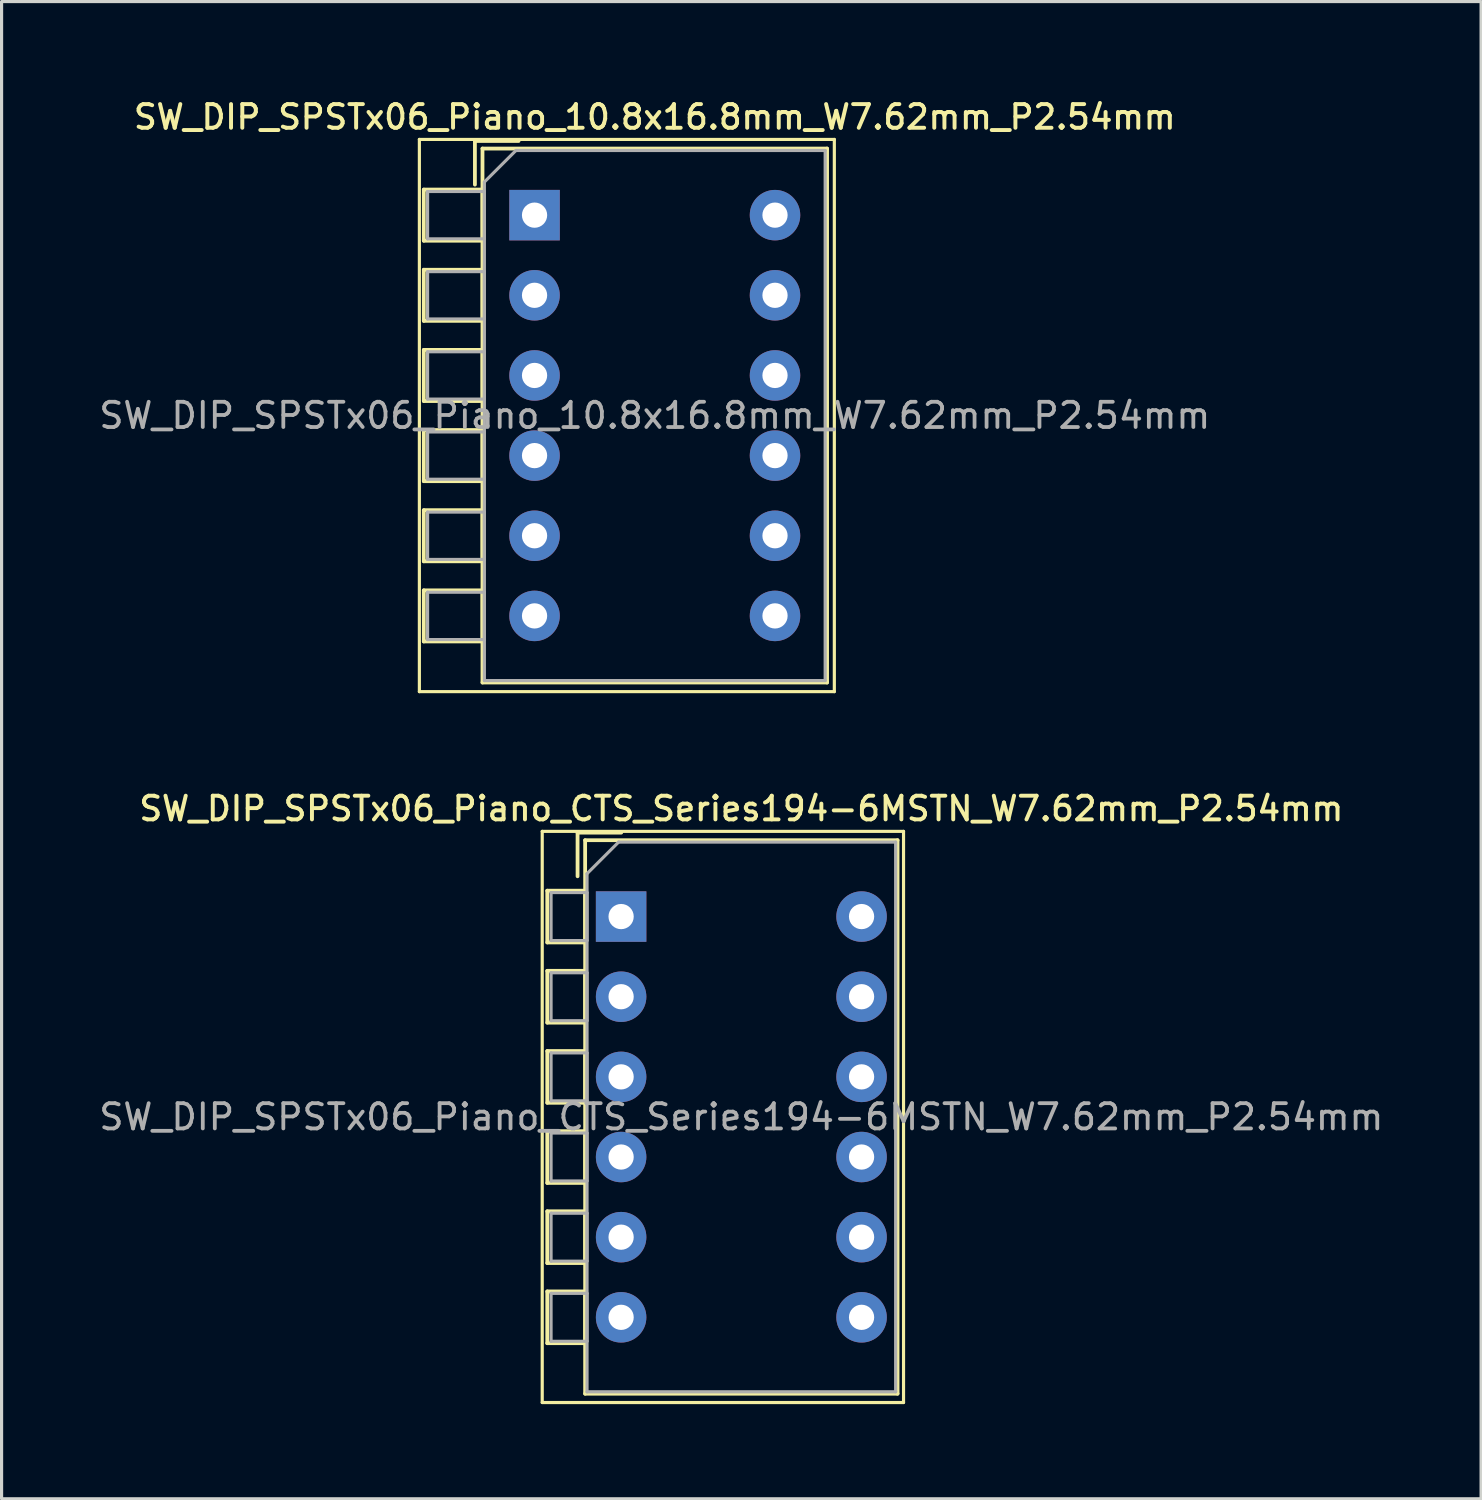
<source format=kicad_pcb>
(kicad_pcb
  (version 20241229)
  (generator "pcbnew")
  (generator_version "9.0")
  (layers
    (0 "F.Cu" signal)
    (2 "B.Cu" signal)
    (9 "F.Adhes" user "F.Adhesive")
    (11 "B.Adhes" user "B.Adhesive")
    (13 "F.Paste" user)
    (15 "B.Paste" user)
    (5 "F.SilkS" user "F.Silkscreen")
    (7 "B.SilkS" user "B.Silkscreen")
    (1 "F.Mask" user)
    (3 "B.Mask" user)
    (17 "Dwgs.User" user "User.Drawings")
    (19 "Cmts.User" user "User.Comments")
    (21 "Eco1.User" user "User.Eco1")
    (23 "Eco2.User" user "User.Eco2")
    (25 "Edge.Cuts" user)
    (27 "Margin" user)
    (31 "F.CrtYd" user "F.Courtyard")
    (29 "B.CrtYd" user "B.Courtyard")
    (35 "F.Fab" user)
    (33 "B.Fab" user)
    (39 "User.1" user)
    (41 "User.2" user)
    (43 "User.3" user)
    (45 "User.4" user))
  (footprint "SW_DIP_SPSTx06_Piano_10.8x16.8mm_W7.62mm_P2.54mm"
    (layer "F.Cu")
    (at 13.89 3.768)
    (property "Reference" "SW_DIP_SPSTx06_Piano_10.8x16.8mm_W7.62mm_P2.54mm" (at 3.81 -3.11 0) (layer "F.SilkS") (effects (font (size 0.75 0.75) (thickness 0.125))))
    (attr through_hole)
    (fp_line (start -3.65 -2.4) (end -3.65 15.1) (stroke (width 0.1) (type solid)) (layer "F.SilkS"))
    (fp_line (start -3.65 15.1) (end 9.5 15.1) (stroke (width 0.1) (type solid)) (layer "F.SilkS"))
    (fp_line (start -3.51 -0.81) (end -3.51 0.81) (stroke (width 0.12) (type solid)) (layer "F.SilkS"))
    (fp_line (start -3.51 -0.81) (end -1.65 -0.81) (stroke (width 0.12) (type solid)) (layer "F.SilkS"))
    (fp_line (start -3.51 0.81) (end -1.65 0.81) (stroke (width 0.12) (type solid)) (layer "F.SilkS"))
    (fp_line (start -3.51 1.73) (end -3.51 3.35) (stroke (width 0.12) (type solid)) (layer "F.SilkS"))
    (fp_line (start -3.51 1.73) (end -1.65 1.73) (stroke (width 0.12) (type solid)) (layer "F.SilkS"))
    (fp_line (start -3.51 3.35) (end -1.65 3.35) (stroke (width 0.12) (type solid)) (layer "F.SilkS"))
    (fp_line (start -3.51 4.27) (end -3.51 5.89) (stroke (width 0.12) (type solid)) (layer "F.SilkS"))
    (fp_line (start -3.51 4.27) (end -1.65 4.27) (stroke (width 0.12) (type solid)) (layer "F.SilkS"))
    (fp_line (start -3.51 5.89) (end -1.65 5.89) (stroke (width 0.12) (type solid)) (layer "F.SilkS"))
    (fp_line (start -3.51 6.81) (end -3.51 8.43) (stroke (width 0.12) (type solid)) (layer "F.SilkS"))
    (fp_line (start -3.51 6.81) (end -1.65 6.81) (stroke (width 0.12) (type solid)) (layer "F.SilkS"))
    (fp_line (start -3.51 8.43) (end -1.65 8.43) (stroke (width 0.12) (type solid)) (layer "F.SilkS"))
    (fp_line (start -3.51 9.35) (end -3.51 10.97) (stroke (width 0.12) (type solid)) (layer "F.SilkS"))
    (fp_line (start -3.51 9.35) (end -1.65 9.35) (stroke (width 0.12) (type solid)) (layer "F.SilkS"))
    (fp_line (start -3.51 10.97) (end -1.65 10.97) (stroke (width 0.12) (type solid)) (layer "F.SilkS"))
    (fp_line (start -3.51 11.89) (end -3.51 13.51) (stroke (width 0.12) (type solid)) (layer "F.SilkS"))
    (fp_line (start -3.51 11.89) (end -1.65 11.89) (stroke (width 0.12) (type solid)) (layer "F.SilkS"))
    (fp_line (start -3.51 13.51) (end -1.65 13.51) (stroke (width 0.12) (type solid)) (layer "F.SilkS"))
    (fp_line (start -1.89 -2.35) (end -1.89 -0.967) (stroke (width 0.12) (type solid)) (layer "F.SilkS"))
    (fp_line (start -1.89 -2.35) (end -0.507 -2.35) (stroke (width 0.12) (type solid)) (layer "F.SilkS"))
    (fp_line (start -1.65 -2.11) (end -1.65 14.811) (stroke (width 0.12) (type solid)) (layer "F.SilkS"))
    (fp_line (start -1.65 -2.11) (end 9.27 -2.11) (stroke (width 0.12) (type solid)) (layer "F.SilkS"))
    (fp_line (start -1.65 -0.81) (end -1.65 0.81) (stroke (width 0.12) (type solid)) (layer "F.SilkS"))
    (fp_line (start -1.65 1.73) (end -1.65 3.35) (stroke (width 0.12) (type solid)) (layer "F.SilkS"))
    (fp_line (start -1.65 4.27) (end -1.65 5.89) (stroke (width 0.12) (type solid)) (layer "F.SilkS"))
    (fp_line (start -1.65 6.81) (end -1.65 8.43) (stroke (width 0.12) (type solid)) (layer "F.SilkS"))
    (fp_line (start -1.65 9.35) (end -1.65 10.97) (stroke (width 0.12) (type solid)) (layer "F.SilkS"))
    (fp_line (start -1.65 11.89) (end -1.65 13.51) (stroke (width 0.12) (type solid)) (layer "F.SilkS"))
    (fp_line (start -1.65 14.811) (end 9.27 14.811) (stroke (width 0.12) (type solid)) (layer "F.SilkS"))
    (fp_line (start 9.27 -2.11) (end 9.27 14.811) (stroke (width 0.12) (type solid)) (layer "F.SilkS"))
    (fp_line (start 9.5 -2.4) (end -3.65 -2.4) (stroke (width 0.1) (type solid)) (layer "F.SilkS"))
    (fp_line (start 9.5 15.1) (end 9.5 -2.4) (stroke (width 0.1) (type solid)) (layer "F.SilkS"))
    (fp_line (start -3.39 -0.75) (end -1.59 -0.75) (stroke (width 0.1) (type solid)) (layer "F.Fab"))
    (fp_line (start -3.39 0.75) (end -3.39 -0.75) (stroke (width 0.1) (type solid)) (layer "F.Fab"))
    (fp_line (start -3.39 1.79) (end -1.59 1.79) (stroke (width 0.1) (type solid)) (layer "F.Fab"))
    (fp_line (start -3.39 3.29) (end -3.39 1.79) (stroke (width 0.1) (type solid)) (layer "F.Fab"))
    (fp_line (start -3.39 4.33) (end -1.59 4.33) (stroke (width 0.1) (type solid)) (layer "F.Fab"))
    (fp_line (start -3.39 5.83) (end -3.39 4.33) (stroke (width 0.1) (type solid)) (layer "F.Fab"))
    (fp_line (start -3.39 6.87) (end -1.59 6.87) (stroke (width 0.1) (type solid)) (layer "F.Fab"))
    (fp_line (start -3.39 8.37) (end -3.39 6.87) (stroke (width 0.1) (type solid)) (layer "F.Fab"))
    (fp_line (start -3.39 9.41) (end -1.59 9.41) (stroke (width 0.1) (type solid)) (layer "F.Fab"))
    (fp_line (start -3.39 10.91) (end -3.39 9.41) (stroke (width 0.1) (type solid)) (layer "F.Fab"))
    (fp_line (start -3.39 11.95) (end -1.59 11.95) (stroke (width 0.1) (type solid)) (layer "F.Fab"))
    (fp_line (start -3.39 13.45) (end -3.39 11.95) (stroke (width 0.1) (type solid)) (layer "F.Fab"))
    (fp_line (start -1.59 -1.05) (end -0.59 -2.05) (stroke (width 0.1) (type solid)) (layer "F.Fab"))
    (fp_line (start -1.59 -0.75) (end -1.59 0.75) (stroke (width 0.1) (type solid)) (layer "F.Fab"))
    (fp_line (start -1.59 0.75) (end -3.39 0.75) (stroke (width 0.1) (type solid)) (layer "F.Fab"))
    (fp_line (start -1.59 1.79) (end -1.59 3.29) (stroke (width 0.1) (type solid)) (layer "F.Fab"))
    (fp_line (start -1.59 3.29) (end -3.39 3.29) (stroke (width 0.1) (type solid)) (layer "F.Fab"))
    (fp_line (start -1.59 4.33) (end -1.59 5.83) (stroke (width 0.1) (type solid)) (layer "F.Fab"))
    (fp_line (start -1.59 5.83) (end -3.39 5.83) (stroke (width 0.1) (type solid)) (layer "F.Fab"))
    (fp_line (start -1.59 6.87) (end -1.59 8.37) (stroke (width 0.1) (type solid)) (layer "F.Fab"))
    (fp_line (start -1.59 8.37) (end -3.39 8.37) (stroke (width 0.1) (type solid)) (layer "F.Fab"))
    (fp_line (start -1.59 9.41) (end -1.59 10.91) (stroke (width 0.1) (type solid)) (layer "F.Fab"))
    (fp_line (start -1.59 10.91) (end -3.39 10.91) (stroke (width 0.1) (type solid)) (layer "F.Fab"))
    (fp_line (start -1.59 11.95) (end -1.59 13.45) (stroke (width 0.1) (type solid)) (layer "F.Fab"))
    (fp_line (start -1.59 13.45) (end -3.39 13.45) (stroke (width 0.1) (type solid)) (layer "F.Fab"))
    (fp_line (start -1.59 14.75) (end -1.59 -1.05) (stroke (width 0.1) (type solid)) (layer "F.Fab"))
    (fp_line (start -0.59 -2.05) (end 9.21 -2.05) (stroke (width 0.1) (type solid)) (layer "F.Fab"))
    (fp_line (start 9.21 -2.05) (end 9.21 14.75) (stroke (width 0.1) (type solid)) (layer "F.Fab"))
    (fp_line (start 9.21 14.75) (end -1.59 14.75) (stroke (width 0.1) (type solid)) (layer "F.Fab"))
    (fp_text user "${REFERENCE}" (at 3.81 6.35 0) (layer "F.Fab") (effects (font (size 0.8 0.8) (thickness 0.12))))
    (pad "1" thru_hole rect (at 0 0) (size 1.6 1.6) (drill 0.8) (layers "*.Cu" "*.Mask"))
    (pad "2" thru_hole oval (at 0 2.54) (size 1.6 1.6) (drill 0.8) (layers "*.Cu" "*.Mask"))
    (pad "3" thru_hole oval (at 0 5.08) (size 1.6 1.6) (drill 0.8) (layers "*.Cu" "*.Mask"))
    (pad "4" thru_hole oval (at 0 7.62) (size 1.6 1.6) (drill 0.8) (layers "*.Cu" "*.Mask"))
    (pad "5" thru_hole oval (at 0 10.16) (size 1.6 1.6) (drill 0.8) (layers "*.Cu" "*.Mask"))
    (pad "6" thru_hole oval (at 0 12.7) (size 1.6 1.6) (drill 0.8) (layers "*.Cu" "*.Mask"))
    (pad "7" thru_hole oval (at 7.62 12.7) (size 1.6 1.6) (drill 0.8) (layers "*.Cu" "*.Mask"))
    (pad "8" thru_hole oval (at 7.62 10.16) (size 1.6 1.6) (drill 0.8) (layers "*.Cu" "*.Mask"))
    (pad "9" thru_hole oval (at 7.62 7.62) (size 1.6 1.6) (drill 0.8) (layers "*.Cu" "*.Mask"))
    (pad "10" thru_hole oval (at 7.62 5.08) (size 1.6 1.6) (drill 0.8) (layers "*.Cu" "*.Mask"))
    (pad "11" thru_hole oval (at 7.62 2.54) (size 1.6 1.6) (drill 0.8) (layers "*.Cu" "*.Mask"))
    (pad "12" thru_hole oval (at 7.62 0) (size 1.6 1.6) (drill 0.8) (layers "*.Cu" "*.Mask")))
  (footprint "SW_DIP_SPSTx06_Piano_CTS_Series194-6MSTN_W7.62mm_P2.54mm"
    (layer "F.Cu")
    (at 16.633 25.996)
    (property "Reference" "SW_DIP_SPSTx06_Piano_CTS_Series194-6MSTN_W7.62mm_P2.54mm" (at 3.81 -3.42 0) (layer "F.SilkS") (effects (font (size 0.75 0.75) (thickness 0.125))))
    (attr through_hole)
    (fp_line (start -2.5 -2.7) (end -2.5 15.4) (stroke (width 0.1) (type solid)) (layer "F.SilkS"))
    (fp_line (start -2.5 15.4) (end 8.95 15.4) (stroke (width 0.1) (type solid)) (layer "F.SilkS"))
    (fp_line (start -2.34 -0.82) (end -2.34 0.82) (stroke (width 0.12) (type solid)) (layer "F.SilkS"))
    (fp_line (start -2.34 -0.82) (end -1.14 -0.82) (stroke (width 0.12) (type solid)) (layer "F.SilkS"))
    (fp_line (start -2.34 0.82) (end -1.14 0.82) (stroke (width 0.12) (type solid)) (layer "F.SilkS"))
    (fp_line (start -2.34 1.72) (end -2.34 3.361) (stroke (width 0.12) (type solid)) (layer "F.SilkS"))
    (fp_line (start -2.34 1.72) (end -1.14 1.72) (stroke (width 0.12) (type solid)) (layer "F.SilkS"))
    (fp_line (start -2.34 3.361) (end -1.14 3.361) (stroke (width 0.12) (type solid)) (layer "F.SilkS"))
    (fp_line (start -2.34 4.261) (end -2.34 5.9) (stroke (width 0.12) (type solid)) (layer "F.SilkS"))
    (fp_line (start -2.34 4.261) (end -1.14 4.261) (stroke (width 0.12) (type solid)) (layer "F.SilkS"))
    (fp_line (start -2.34 5.9) (end -1.14 5.9) (stroke (width 0.12) (type solid)) (layer "F.SilkS"))
    (fp_line (start -2.34 6.801) (end -2.34 8.441) (stroke (width 0.12) (type solid)) (layer "F.SilkS"))
    (fp_line (start -2.34 6.801) (end -1.14 6.801) (stroke (width 0.12) (type solid)) (layer "F.SilkS"))
    (fp_line (start -2.34 8.441) (end -1.14 8.441) (stroke (width 0.12) (type solid)) (layer "F.SilkS"))
    (fp_line (start -2.34 9.34) (end -2.34 10.98) (stroke (width 0.12) (type solid)) (layer "F.SilkS"))
    (fp_line (start -2.34 9.34) (end -1.14 9.34) (stroke (width 0.12) (type solid)) (layer "F.SilkS"))
    (fp_line (start -2.34 10.98) (end -1.14 10.98) (stroke (width 0.12) (type solid)) (layer "F.SilkS"))
    (fp_line (start -2.34 11.88) (end -2.34 13.52) (stroke (width 0.12) (type solid)) (layer "F.SilkS"))
    (fp_line (start -2.34 11.88) (end -1.14 11.88) (stroke (width 0.12) (type solid)) (layer "F.SilkS"))
    (fp_line (start -2.34 13.52) (end -1.14 13.52) (stroke (width 0.12) (type solid)) (layer "F.SilkS"))
    (fp_line (start -1.38 -2.66) (end -1.38 -1.277) (stroke (width 0.12) (type solid)) (layer "F.SilkS"))
    (fp_line (start -1.38 -2.66) (end 0.004 -2.66) (stroke (width 0.12) (type solid)) (layer "F.SilkS"))
    (fp_line (start -1.14 -2.42) (end -1.14 15.12) (stroke (width 0.12) (type solid)) (layer "F.SilkS"))
    (fp_line (start -1.14 -2.42) (end 8.76 -2.42) (stroke (width 0.12) (type solid)) (layer "F.SilkS"))
    (fp_line (start -1.14 -0.82) (end -1.14 0.82) (stroke (width 0.12) (type solid)) (layer "F.SilkS"))
    (fp_line (start -1.14 1.72) (end -1.14 3.361) (stroke (width 0.12) (type solid)) (layer "F.SilkS"))
    (fp_line (start -1.14 4.261) (end -1.14 5.9) (stroke (width 0.12) (type solid)) (layer "F.SilkS"))
    (fp_line (start -1.14 6.801) (end -1.14 8.441) (stroke (width 0.12) (type solid)) (layer "F.SilkS"))
    (fp_line (start -1.14 9.34) (end -1.14 10.98) (stroke (width 0.12) (type solid)) (layer "F.SilkS"))
    (fp_line (start -1.14 11.88) (end -1.14 13.52) (stroke (width 0.12) (type solid)) (layer "F.SilkS"))
    (fp_line (start -1.14 15.12) (end 8.76 15.12) (stroke (width 0.12) (type solid)) (layer "F.SilkS"))
    (fp_line (start 8.76 -2.42) (end 8.76 15.12) (stroke (width 0.12) (type solid)) (layer "F.SilkS"))
    (fp_line (start 8.95 -2.7) (end -2.5 -2.7) (stroke (width 0.1) (type solid)) (layer "F.SilkS"))
    (fp_line (start 8.95 15.4) (end 8.95 -2.7) (stroke (width 0.1) (type solid)) (layer "F.SilkS"))
    (fp_line (start -2.22 -0.76) (end -1.08 -0.76) (stroke (width 0.1) (type solid)) (layer "F.Fab"))
    (fp_line (start -2.22 0.76) (end -2.22 -0.76) (stroke (width 0.1) (type solid)) (layer "F.Fab"))
    (fp_line (start -2.22 1.78) (end -1.08 1.78) (stroke (width 0.1) (type solid)) (layer "F.Fab"))
    (fp_line (start -2.22 3.3) (end -2.22 1.78) (stroke (width 0.1) (type solid)) (layer "F.Fab"))
    (fp_line (start -2.22 4.32) (end -1.08 4.32) (stroke (width 0.1) (type solid)) (layer "F.Fab"))
    (fp_line (start -2.22 5.84) (end -2.22 4.32) (stroke (width 0.1) (type solid)) (layer "F.Fab"))
    (fp_line (start -2.22 6.86) (end -1.08 6.86) (stroke (width 0.1) (type solid)) (layer "F.Fab"))
    (fp_line (start -2.22 8.38) (end -2.22 6.86) (stroke (width 0.1) (type solid)) (layer "F.Fab"))
    (fp_line (start -2.22 9.4) (end -1.08 9.4) (stroke (width 0.1) (type solid)) (layer "F.Fab"))
    (fp_line (start -2.22 10.92) (end -2.22 9.4) (stroke (width 0.1) (type solid)) (layer "F.Fab"))
    (fp_line (start -2.22 11.94) (end -1.08 11.94) (stroke (width 0.1) (type solid)) (layer "F.Fab"))
    (fp_line (start -2.22 13.46) (end -2.22 11.94) (stroke (width 0.1) (type solid)) (layer "F.Fab"))
    (fp_line (start -1.08 -1.36) (end -0.08 -2.36) (stroke (width 0.1) (type solid)) (layer "F.Fab"))
    (fp_line (start -1.08 -0.76) (end -1.08 0.76) (stroke (width 0.1) (type solid)) (layer "F.Fab"))
    (fp_line (start -1.08 0.76) (end -2.22 0.76) (stroke (width 0.1) (type solid)) (layer "F.Fab"))
    (fp_line (start -1.08 1.78) (end -1.08 3.3) (stroke (width 0.1) (type solid)) (layer "F.Fab"))
    (fp_line (start -1.08 3.3) (end -2.22 3.3) (stroke (width 0.1) (type solid)) (layer "F.Fab"))
    (fp_line (start -1.08 4.32) (end -1.08 5.84) (stroke (width 0.1) (type solid)) (layer "F.Fab"))
    (fp_line (start -1.08 5.84) (end -2.22 5.84) (stroke (width 0.1) (type solid)) (layer "F.Fab"))
    (fp_line (start -1.08 6.86) (end -1.08 8.38) (stroke (width 0.1) (type solid)) (layer "F.Fab"))
    (fp_line (start -1.08 8.38) (end -2.22 8.38) (stroke (width 0.1) (type solid)) (layer "F.Fab"))
    (fp_line (start -1.08 9.4) (end -1.08 10.92) (stroke (width 0.1) (type solid)) (layer "F.Fab"))
    (fp_line (start -1.08 10.92) (end -2.22 10.92) (stroke (width 0.1) (type solid)) (layer "F.Fab"))
    (fp_line (start -1.08 11.94) (end -1.08 13.46) (stroke (width 0.1) (type solid)) (layer "F.Fab"))
    (fp_line (start -1.08 13.46) (end -2.22 13.46) (stroke (width 0.1) (type solid)) (layer "F.Fab"))
    (fp_line (start -1.08 15.06) (end -1.08 -1.36) (stroke (width 0.1) (type solid)) (layer "F.Fab"))
    (fp_line (start -0.08 -2.36) (end 8.7 -2.36) (stroke (width 0.1) (type solid)) (layer "F.Fab"))
    (fp_line (start 8.7 -2.36) (end 8.7 15.06) (stroke (width 0.1) (type solid)) (layer "F.Fab"))
    (fp_line (start 8.7 15.06) (end -1.08 15.06) (stroke (width 0.1) (type solid)) (layer "F.Fab"))
    (fp_text user "${REFERENCE}" (at 3.81 6.35 0) (layer "F.Fab") (effects (font (size 0.8 0.8) (thickness 0.12))))
    (pad "1" thru_hole rect (at 0 0) (size 1.6 1.6) (drill 0.8) (layers "*.Cu" "*.Mask"))
    (pad "2" thru_hole oval (at 0 2.54) (size 1.6 1.6) (drill 0.8) (layers "*.Cu" "*.Mask"))
    (pad "3" thru_hole oval (at 0 5.08) (size 1.6 1.6) (drill 0.8) (layers "*.Cu" "*.Mask"))
    (pad "4" thru_hole oval (at 0 7.62) (size 1.6 1.6) (drill 0.8) (layers "*.Cu" "*.Mask"))
    (pad "5" thru_hole oval (at 0 10.16) (size 1.6 1.6) (drill 0.8) (layers "*.Cu" "*.Mask"))
    (pad "6" thru_hole oval (at 0 12.7) (size 1.6 1.6) (drill 0.8) (layers "*.Cu" "*.Mask"))
    (pad "7" thru_hole oval (at 7.62 12.7) (size 1.6 1.6) (drill 0.8) (layers "*.Cu" "*.Mask"))
    (pad "8" thru_hole oval (at 7.62 10.16) (size 1.6 1.6) (drill 0.8) (layers "*.Cu" "*.Mask"))
    (pad "9" thru_hole oval (at 7.62 7.62) (size 1.6 1.6) (drill 0.8) (layers "*.Cu" "*.Mask"))
    (pad "10" thru_hole oval (at 7.62 5.08) (size 1.6 1.6) (drill 0.8) (layers "*.Cu" "*.Mask"))
    (pad "11" thru_hole oval (at 7.62 2.54) (size 1.6 1.6) (drill 0.8) (layers "*.Cu" "*.Mask"))
    (pad "12" thru_hole oval (at 7.62 0) (size 1.6 1.6) (drill 0.8) (layers "*.Cu" "*.Mask")))
  (gr_rect
    (start -3 -3)
    (end 43.886 44.446)
    (stroke (width 0.1) (type default))
    (fill no)
    (layer "Edge.Cuts")))
</source>
